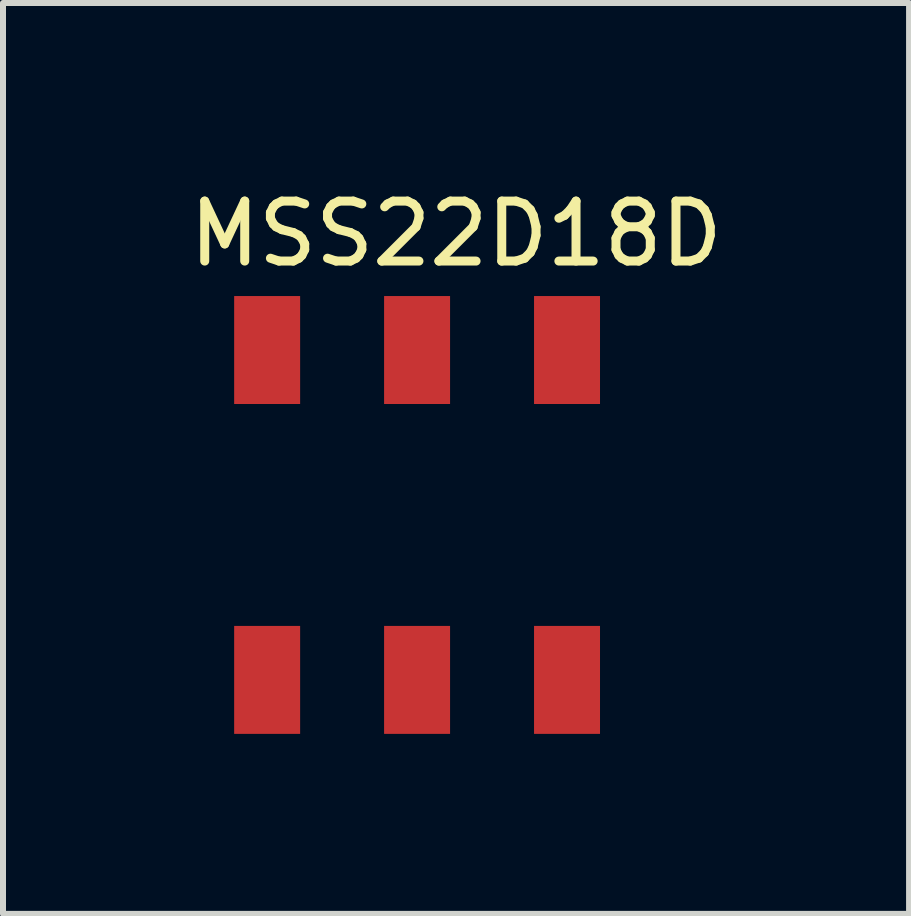
<source format=kicad_pcb>
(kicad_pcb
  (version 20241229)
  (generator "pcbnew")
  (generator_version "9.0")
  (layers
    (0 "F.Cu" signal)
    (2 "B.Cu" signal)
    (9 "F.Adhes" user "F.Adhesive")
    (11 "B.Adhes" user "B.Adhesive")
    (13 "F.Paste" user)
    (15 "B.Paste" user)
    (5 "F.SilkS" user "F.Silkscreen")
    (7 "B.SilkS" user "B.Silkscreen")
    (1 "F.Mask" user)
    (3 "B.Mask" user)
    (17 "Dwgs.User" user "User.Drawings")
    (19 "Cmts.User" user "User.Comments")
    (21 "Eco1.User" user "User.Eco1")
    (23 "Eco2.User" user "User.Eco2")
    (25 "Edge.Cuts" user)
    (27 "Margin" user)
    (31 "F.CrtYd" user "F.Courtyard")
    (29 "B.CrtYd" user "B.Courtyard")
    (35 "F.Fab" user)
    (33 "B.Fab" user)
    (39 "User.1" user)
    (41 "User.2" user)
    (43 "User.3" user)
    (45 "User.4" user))
  (footprint "MSS22D18D"
    (layer "F.Cu")
    (at 4.554 0.348)
    (property "Reference" "MSS22D18D" (at 0 0.5 0) (layer "F.SilkS") (effects (font (size 1 1) (thickness 0.15))))
    (attr through_hole)
    (pad "1" smd rect (at -3.15 2.438) (size 1.1 1.8) (layers "F.Cu" "F.Mask" "F.Paste"))
    (pad "2" smd rect (at -0.65 2.438) (size 1.1 1.8) (layers "F.Cu" "F.Mask" "F.Paste"))
    (pad "3" smd rect (at 1.85 2.438) (size 1.1 1.8) (layers "F.Cu" "F.Mask" "F.Paste"))
    (pad "4" smd rect (at -3.15 7.938) (size 1.1 1.8) (layers "F.Cu" "F.Mask" "F.Paste"))
    (pad "5" smd rect (at -0.65 7.938) (size 1.1 1.8) (layers "F.Cu" "F.Mask" "F.Paste"))
    (pad "6" smd rect (at 1.85 7.938) (size 1.1 1.8) (layers "F.Cu" "F.Mask" "F.Paste")))
  (gr_rect
    (start -3 -3)
    (end 12.107 12.187)
    (stroke (width 0.1) (type default))
    (fill no)
    (layer "Edge.Cuts")))
</source>
